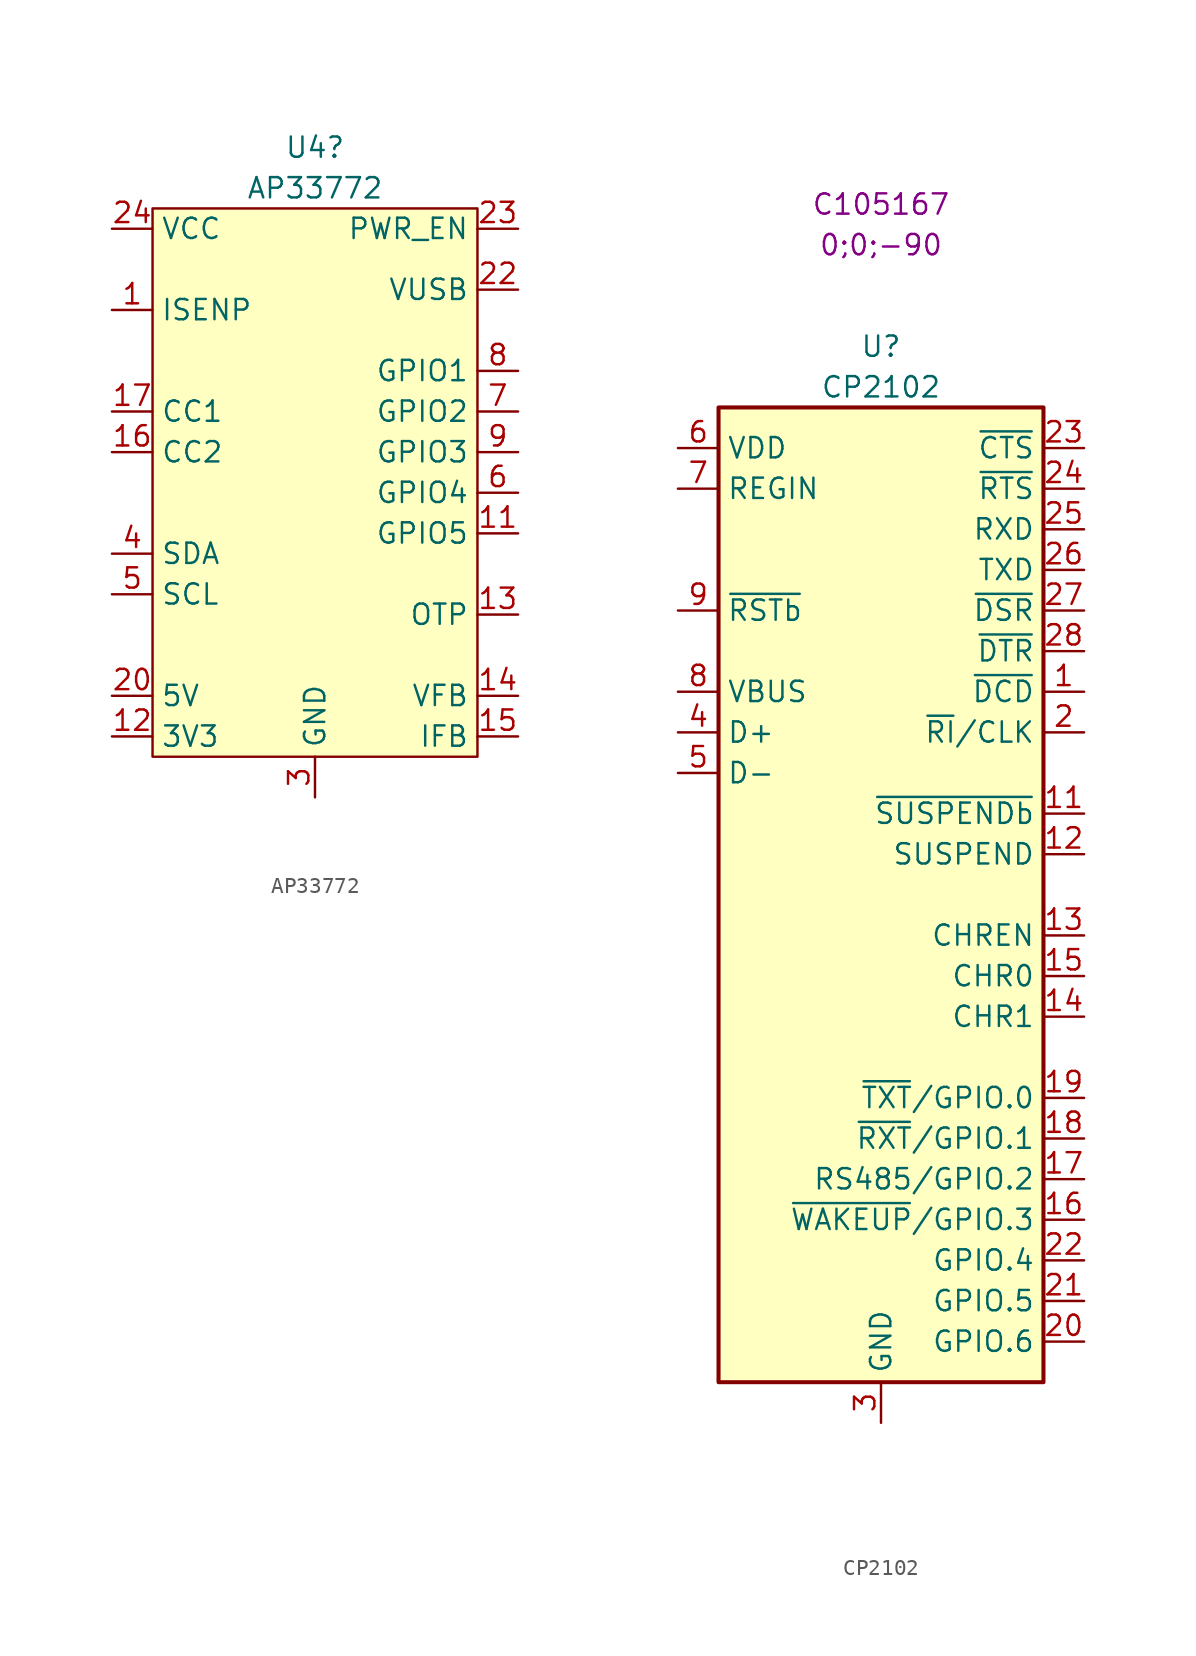
<source format=kicad_sym>
(kicad_symbol_lib
  (version 20220914)
  (generator kicad_symbol_editor)
  (symbol "AP33772"
    (property "Reference" "U4"
      (at 0 3.81 0)
      (effects (font (size 1.27 1.27))))
    (property "Value" "AP33772"
      (at 0 1.27 0)
      (effects (font (size 1.27 1.27))))
    (symbol "AP33772_0_1"
      (rectangle (start 10.16 -34.29) (end -10.16 0) (stroke (width 0) (type default)) (fill (type background))))
    (symbol "AP33772_1_0"
      (pin input line (at -12.7 -6.35 0) (length 2.54) (name "ISENP" (effects (font (size 1.27 1.27)))) (number "1" (effects (font (size 1.27 1.27)))))
      (pin bidirectional line (at 12.7 -20.32 180) (length 2.54) (name "GPIO5" (effects (font (size 1.27 1.27)))) (number "11" (effects (font (size 1.27 1.27)))))
      (pin power_out line (at -12.7 -33.02 0) (length 2.54) (name "3V3" (effects (font (size 1.27 1.27)))) (number "12" (effects (font (size 1.27 1.27)))))
      (pin bidirectional line (at 12.7 -25.4 180) (length 2.54) (name "OTP" (effects (font (size 1.27 1.27)))) (number "13" (effects (font (size 1.27 1.27)))))
      (pin input line (at 12.7 -30.48 180) (length 2.54) (name "VFB" (effects (font (size 1.27 1.27)))) (number "14" (effects (font (size 1.27 1.27)))))
      (pin input line (at 12.7 -33.02 180) (length 2.54) (name "IFB" (effects (font (size 1.27 1.27)))) (number "15" (effects (font (size 1.27 1.27)))))
      (pin bidirectional line (at -12.7 -15.24 0) (length 2.54) (name "CC2" (effects (font (size 1.27 1.27)))) (number "16" (effects (font (size 1.27 1.27)))))
      (pin bidirectional line (at -12.7 -12.7 0) (length 2.54) (name "CC1" (effects (font (size 1.27 1.27)))) (number "17" (effects (font (size 1.27 1.27)))))
      (pin power_out line (at -12.7 -30.48 0) (length 2.54) (name "5V" (effects (font (size 1.27 1.27)))) (number "20" (effects (font (size 1.27 1.27)))))
      (pin input line (at 12.7 -5.08 180) (length 2.54) (name "VUSB" (effects (font (size 1.27 1.27)))) (number "22" (effects (font (size 1.27 1.27)))))
      (pin output line (at 12.7 -1.27 180) (length 2.54) (name "PWR_EN" (effects (font (size 1.27 1.27)))) (number "23" (effects (font (size 1.27 1.27)))))
      (pin power_in line (at -12.7 -1.27 0) (length 2.54) (name "VCC" (effects (font (size 1.27 1.27)))) (number "24" (effects (font (size 1.27 1.27)))))
      (pin power_in line (at 0 -36.83 90) (length 2.54) hide (name "GND" (effects (font (size 1.27 1.27)))) (number "25" (effects (font (size 1.27 1.27)))))
      (pin power_in line (at 0 -36.83 90) (length 2.54) (name "GND" (effects (font (size 1.27 1.27)))) (number "3" (effects (font (size 1.27 1.27)))))
      (pin bidirectional line (at -12.7 -21.59 0) (length 2.54) (name "SDA" (effects (font (size 1.27 1.27)))) (number "4" (effects (font (size 1.27 1.27)))))
      (pin input line (at -12.7 -24.13 0) (length 2.54) (name "SCL" (effects (font (size 1.27 1.27)))) (number "5" (effects (font (size 1.27 1.27)))))
      (pin bidirectional line (at 12.7 -17.78 180) (length 2.54) (name "GPIO4" (effects (font (size 1.27 1.27)))) (number "6" (effects (font (size 1.27 1.27)))))
      (pin bidirectional line (at 12.7 -12.7 180) (length 2.54) (name "GPIO2" (effects (font (size 1.27 1.27)))) (number "7" (effects (font (size 1.27 1.27)))))
      (pin bidirectional line (at 12.7 -10.16 180) (length 2.54) (name "GPIO1" (effects (font (size 1.27 1.27)))) (number "8" (effects (font (size 1.27 1.27)))))
      (pin bidirectional line (at 12.7 -15.24 180) (length 2.54) (name "GPIO3" (effects (font (size 1.27 1.27)))) (number "9" (effects (font (size 1.27 1.27)))))))
  (symbol "CP2102"
    (property "Reference" "U"
      (at 0 3.81 0)
      (effects (font (size 1.27 1.27))))
    (property "Value" "CP2102"
      (at 0 1.27 0)
      (effects (font (size 1.27 1.27))))
    (property "LCSC" "C105167"
      (at 0 12.7 0)
      (effects (font (size 1.27 1.27))))
    (property "JLCPCB_CORRECTION" "0;0;-90"
      (at 0 10.16 0)
      (effects (font (size 1.27 1.27))))
    (symbol "CP2102_0_1"
      (rectangle (start -10.16 0) (end 10.16 -60.96) (stroke (width 0.254) (type default)) (fill (type background))))
    (symbol "CP2102_1_1"
      (pin input line (at 12.7 -17.78 180) (length 2.54) (name "~{DCD}" (effects (font (size 1.27 1.27)))) (number "1" (effects (font (size 1.27 1.27)))))
      (pin no_connect line (at -10.16 -40.64 0) (length 2.54) hide (name "NC" (effects (font (size 1.27 1.27)))) (number "10" (effects (font (size 1.27 1.27)))))
      (pin output line (at 12.7 -25.4 180) (length 2.54) (name "~{SUSPENDb}" (effects (font (size 1.27 1.27)))) (number "11" (effects (font (size 1.27 1.27)))))
      (pin output line (at 12.7 -27.94 180) (length 2.54) (name "SUSPEND" (effects (font (size 1.27 1.27)))) (number "12" (effects (font (size 1.27 1.27)))))
      (pin output line (at 12.7 -33.02 180) (length 2.54) (name "CHREN" (effects (font (size 1.27 1.27)))) (number "13" (effects (font (size 1.27 1.27)))))
      (pin output line (at 12.7 -38.1 180) (length 2.54) (name "CHR1" (effects (font (size 1.27 1.27)))) (number "14" (effects (font (size 1.27 1.27)))))
      (pin output line (at 12.7 -35.56 180) (length 2.54) (name "CHR0" (effects (font (size 1.27 1.27)))) (number "15" (effects (font (size 1.27 1.27)))))
      (pin bidirectional line (at 12.7 -50.8 180) (length 2.54) (name "~{WAKEUP}/GPIO.3" (effects (font (size 1.27 1.27)))) (number "16" (effects (font (size 1.27 1.27)))))
      (pin bidirectional line (at 12.7 -48.26 180) (length 2.54) (name "RS485/GPIO.2" (effects (font (size 1.27 1.27)))) (number "17" (effects (font (size 1.27 1.27)))))
      (pin bidirectional line (at 12.7 -45.72 180) (length 2.54) (name "~{RXT}/GPIO.1" (effects (font (size 1.27 1.27)))) (number "18" (effects (font (size 1.27 1.27)))))
      (pin bidirectional line (at 12.7 -43.18 180) (length 2.54) (name "~{TXT}/GPIO.0" (effects (font (size 1.27 1.27)))) (number "19" (effects (font (size 1.27 1.27)))))
      (pin bidirectional line (at 12.7 -20.32 180) (length 2.54) (name "~{RI}/CLK" (effects (font (size 1.27 1.27)))) (number "2" (effects (font (size 1.27 1.27)))))
      (pin bidirectional line (at 12.7 -58.42 180) (length 2.54) (name "GPIO.6" (effects (font (size 1.27 1.27)))) (number "20" (effects (font (size 1.27 1.27)))))
      (pin bidirectional line (at 12.7 -55.88 180) (length 2.54) (name "GPIO.5" (effects (font (size 1.27 1.27)))) (number "21" (effects (font (size 1.27 1.27)))))
      (pin bidirectional line (at 12.7 -53.34 180) (length 2.54) (name "GPIO.4" (effects (font (size 1.27 1.27)))) (number "22" (effects (font (size 1.27 1.27)))))
      (pin input line (at 12.7 -2.54 180) (length 2.54) (name "~{CTS}" (effects (font (size 1.27 1.27)))) (number "23" (effects (font (size 1.27 1.27)))))
      (pin output line (at 12.7 -5.08 180) (length 2.54) (name "~{RTS}" (effects (font (size 1.27 1.27)))) (number "24" (effects (font (size 1.27 1.27)))))
      (pin input line (at 12.7 -7.62 180) (length 2.54) (name "RXD" (effects (font (size 1.27 1.27)))) (number "25" (effects (font (size 1.27 1.27)))))
      (pin output line (at 12.7 -10.16 180) (length 2.54) (name "TXD" (effects (font (size 1.27 1.27)))) (number "26" (effects (font (size 1.27 1.27)))))
      (pin input line (at 12.7 -12.7 180) (length 2.54) (name "~{DSR}" (effects (font (size 1.27 1.27)))) (number "27" (effects (font (size 1.27 1.27)))))
      (pin output line (at 12.7 -15.24 180) (length 2.54) (name "~{DTR}" (effects (font (size 1.27 1.27)))) (number "28" (effects (font (size 1.27 1.27)))))
      (pin passive line (at 0 -63.5 90) (length 2.54) hide (name "GND" (effects (font (size 1.27 1.27)))) (number "29" (effects (font (size 1.27 1.27)))))
      (pin power_in line (at 0 -63.5 90) (length 2.54) (name "GND" (effects (font (size 1.27 1.27)))) (number "3" (effects (font (size 1.27 1.27)))))
      (pin bidirectional line (at -12.7 -20.32 0) (length 2.54) (name "D+" (effects (font (size 1.27 1.27)))) (number "4" (effects (font (size 1.27 1.27)))))
      (pin bidirectional line (at -12.7 -22.86 0) (length 2.54) (name "D-" (effects (font (size 1.27 1.27)))) (number "5" (effects (font (size 1.27 1.27)))))
      (pin passive line (at -12.7 -2.54 0) (length 2.54) (name "VDD" (effects (font (size 1.27 1.27)))) (number "6" (effects (font (size 1.27 1.27)))))
      (pin power_in line (at -12.7 -5.08 0) (length 2.54) (name "REGIN" (effects (font (size 1.27 1.27)))) (number "7" (effects (font (size 1.27 1.27)))))
      (pin input line (at -12.7 -17.78 0) (length 2.54) (name "VBUS" (effects (font (size 1.27 1.27)))) (number "8" (effects (font (size 1.27 1.27)))))
      (pin input line (at -12.7 -12.7 0) (length 2.54) (name "~{RSTb}" (effects (font (size 1.27 1.27)))) (number "9" (effects (font (size 1.27 1.27))))))))
</source>
